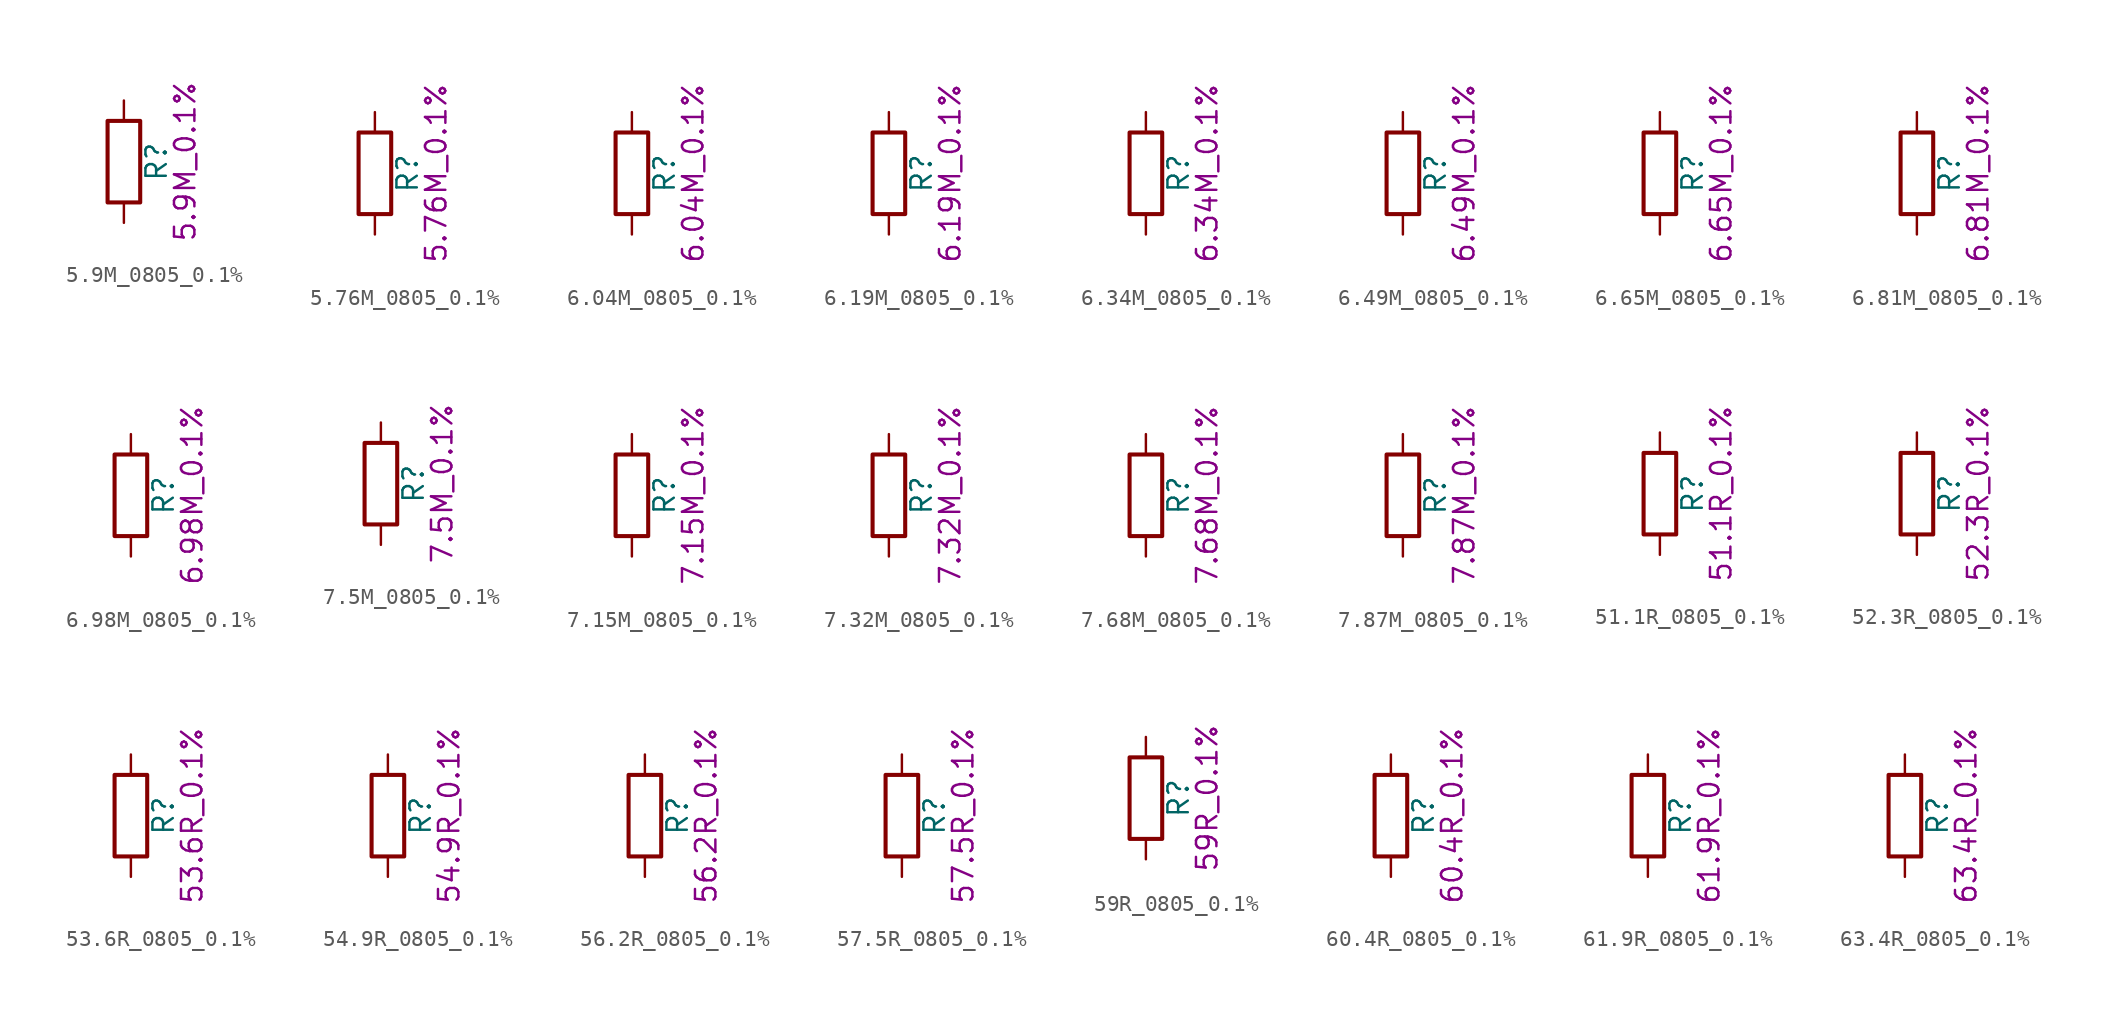
<source format=kicad_sym>
(kicad_symbol_lib
  (version 20211014)
  (generator kicad_symbol_editor)
  (symbol "5.9M_0805_0.1%"
    (pin_numbers hide)
    (pin_names
      (offset 0))
    (property "Reference" "R"
      (at 2.032 0 90)
      (effects (font (size 1.27 1.27))))
    (property "Display" "5.9M_0.1%"
      (at 3.81 0 90)
      (effects (font (size 1.27 1.27))))
    (symbol "5.9M_0805_0.1%_0_1"
      (rectangle (start -1.016 -2.54) (end 1.016 2.54) (stroke (width 0.254) (type default) (color 0 0 0 0)) (fill (type none))))
    (symbol "5.9M_0805_0.1%_1_1"
      (pin passive line (at 0 3.81 270) (length 1.27) (name "~" (effects (font (size 1.27 1.27)))) (number "1" (effects (font (size 1.27 1.27)))))
      (pin passive line (at 0 -3.81 90) (length 1.27) (name "~" (effects (font (size 1.27 1.27)))) (number "2" (effects (font (size 1.27 1.27)))))))
  (symbol "5.76M_0805_0.1%"
    (pin_numbers hide)
    (pin_names
      (offset 0))
    (property "Reference" "R"
      (at 2.032 0 90)
      (effects (font (size 1.27 1.27))))
    (property "Display" "5.76M_0.1%"
      (at 3.81 0 90)
      (effects (font (size 1.27 1.27))))
    (symbol "5.76M_0805_0.1%_0_1"
      (rectangle (start -1.016 -2.54) (end 1.016 2.54) (stroke (width 0.254) (type default) (color 0 0 0 0)) (fill (type none))))
    (symbol "5.76M_0805_0.1%_1_1"
      (pin passive line (at 0 3.81 270) (length 1.27) (name "~" (effects (font (size 1.27 1.27)))) (number "1" (effects (font (size 1.27 1.27)))))
      (pin passive line (at 0 -3.81 90) (length 1.27) (name "~" (effects (font (size 1.27 1.27)))) (number "2" (effects (font (size 1.27 1.27)))))))
  (symbol "6.04M_0805_0.1%"
    (pin_numbers hide)
    (pin_names
      (offset 0))
    (property "Reference" "R"
      (at 2.032 0 90)
      (effects (font (size 1.27 1.27))))
    (property "Display" "6.04M_0.1%"
      (at 3.81 0 90)
      (effects (font (size 1.27 1.27))))
    (symbol "6.04M_0805_0.1%_0_1"
      (rectangle (start -1.016 -2.54) (end 1.016 2.54) (stroke (width 0.254) (type default) (color 0 0 0 0)) (fill (type none))))
    (symbol "6.04M_0805_0.1%_1_1"
      (pin passive line (at 0 3.81 270) (length 1.27) (name "~" (effects (font (size 1.27 1.27)))) (number "1" (effects (font (size 1.27 1.27)))))
      (pin passive line (at 0 -3.81 90) (length 1.27) (name "~" (effects (font (size 1.27 1.27)))) (number "2" (effects (font (size 1.27 1.27)))))))
  (symbol "6.19M_0805_0.1%"
    (pin_numbers hide)
    (pin_names
      (offset 0))
    (property "Reference" "R"
      (at 2.032 0 90)
      (effects (font (size 1.27 1.27))))
    (property "Display" "6.19M_0.1%"
      (at 3.81 0 90)
      (effects (font (size 1.27 1.27))))
    (symbol "6.19M_0805_0.1%_0_1"
      (rectangle (start -1.016 -2.54) (end 1.016 2.54) (stroke (width 0.254) (type default) (color 0 0 0 0)) (fill (type none))))
    (symbol "6.19M_0805_0.1%_1_1"
      (pin passive line (at 0 3.81 270) (length 1.27) (name "~" (effects (font (size 1.27 1.27)))) (number "1" (effects (font (size 1.27 1.27)))))
      (pin passive line (at 0 -3.81 90) (length 1.27) (name "~" (effects (font (size 1.27 1.27)))) (number "2" (effects (font (size 1.27 1.27)))))))
  (symbol "6.34M_0805_0.1%"
    (pin_numbers hide)
    (pin_names
      (offset 0))
    (property "Reference" "R"
      (at 2.032 0 90)
      (effects (font (size 1.27 1.27))))
    (property "Display" "6.34M_0.1%"
      (at 3.81 0 90)
      (effects (font (size 1.27 1.27))))
    (symbol "6.34M_0805_0.1%_0_1"
      (rectangle (start -1.016 -2.54) (end 1.016 2.54) (stroke (width 0.254) (type default) (color 0 0 0 0)) (fill (type none))))
    (symbol "6.34M_0805_0.1%_1_1"
      (pin passive line (at 0 3.81 270) (length 1.27) (name "~" (effects (font (size 1.27 1.27)))) (number "1" (effects (font (size 1.27 1.27)))))
      (pin passive line (at 0 -3.81 90) (length 1.27) (name "~" (effects (font (size 1.27 1.27)))) (number "2" (effects (font (size 1.27 1.27)))))))
  (symbol "6.49M_0805_0.1%"
    (pin_numbers hide)
    (pin_names
      (offset 0))
    (property "Reference" "R"
      (at 2.032 0 90)
      (effects (font (size 1.27 1.27))))
    (property "Display" "6.49M_0.1%"
      (at 3.81 0 90)
      (effects (font (size 1.27 1.27))))
    (symbol "6.49M_0805_0.1%_0_1"
      (rectangle (start -1.016 -2.54) (end 1.016 2.54) (stroke (width 0.254) (type default) (color 0 0 0 0)) (fill (type none))))
    (symbol "6.49M_0805_0.1%_1_1"
      (pin passive line (at 0 3.81 270) (length 1.27) (name "~" (effects (font (size 1.27 1.27)))) (number "1" (effects (font (size 1.27 1.27)))))
      (pin passive line (at 0 -3.81 90) (length 1.27) (name "~" (effects (font (size 1.27 1.27)))) (number "2" (effects (font (size 1.27 1.27)))))))
  (symbol "6.65M_0805_0.1%"
    (pin_numbers hide)
    (pin_names
      (offset 0))
    (property "Reference" "R"
      (at 2.032 0 90)
      (effects (font (size 1.27 1.27))))
    (property "Display" "6.65M_0.1%"
      (at 3.81 0 90)
      (effects (font (size 1.27 1.27))))
    (symbol "6.65M_0805_0.1%_0_1"
      (rectangle (start -1.016 -2.54) (end 1.016 2.54) (stroke (width 0.254) (type default) (color 0 0 0 0)) (fill (type none))))
    (symbol "6.65M_0805_0.1%_1_1"
      (pin passive line (at 0 3.81 270) (length 1.27) (name "~" (effects (font (size 1.27 1.27)))) (number "1" (effects (font (size 1.27 1.27)))))
      (pin passive line (at 0 -3.81 90) (length 1.27) (name "~" (effects (font (size 1.27 1.27)))) (number "2" (effects (font (size 1.27 1.27)))))))
  (symbol "6.81M_0805_0.1%"
    (pin_numbers hide)
    (pin_names
      (offset 0))
    (property "Reference" "R"
      (at 2.032 0 90)
      (effects (font (size 1.27 1.27))))
    (property "Display" "6.81M_0.1%"
      (at 3.81 0 90)
      (effects (font (size 1.27 1.27))))
    (symbol "6.81M_0805_0.1%_0_1"
      (rectangle (start -1.016 -2.54) (end 1.016 2.54) (stroke (width 0.254) (type default) (color 0 0 0 0)) (fill (type none))))
    (symbol "6.81M_0805_0.1%_1_1"
      (pin passive line (at 0 3.81 270) (length 1.27) (name "~" (effects (font (size 1.27 1.27)))) (number "1" (effects (font (size 1.27 1.27)))))
      (pin passive line (at 0 -3.81 90) (length 1.27) (name "~" (effects (font (size 1.27 1.27)))) (number "2" (effects (font (size 1.27 1.27)))))))
  (symbol "6.98M_0805_0.1%"
    (pin_numbers hide)
    (pin_names
      (offset 0))
    (property "Reference" "R"
      (at 2.032 0 90)
      (effects (font (size 1.27 1.27))))
    (property "Display" "6.98M_0.1%"
      (at 3.81 0 90)
      (effects (font (size 1.27 1.27))))
    (symbol "6.98M_0805_0.1%_0_1"
      (rectangle (start -1.016 -2.54) (end 1.016 2.54) (stroke (width 0.254) (type default) (color 0 0 0 0)) (fill (type none))))
    (symbol "6.98M_0805_0.1%_1_1"
      (pin passive line (at 0 3.81 270) (length 1.27) (name "~" (effects (font (size 1.27 1.27)))) (number "1" (effects (font (size 1.27 1.27)))))
      (pin passive line (at 0 -3.81 90) (length 1.27) (name "~" (effects (font (size 1.27 1.27)))) (number "2" (effects (font (size 1.27 1.27)))))))
  (symbol "7.5M_0805_0.1%"
    (pin_numbers hide)
    (pin_names
      (offset 0))
    (property "Reference" "R"
      (at 2.032 0 90)
      (effects (font (size 1.27 1.27))))
    (property "Display" "7.5M_0.1%"
      (at 3.81 0 90)
      (effects (font (size 1.27 1.27))))
    (symbol "7.5M_0805_0.1%_0_1"
      (rectangle (start -1.016 -2.54) (end 1.016 2.54) (stroke (width 0.254) (type default) (color 0 0 0 0)) (fill (type none))))
    (symbol "7.5M_0805_0.1%_1_1"
      (pin passive line (at 0 3.81 270) (length 1.27) (name "~" (effects (font (size 1.27 1.27)))) (number "1" (effects (font (size 1.27 1.27)))))
      (pin passive line (at 0 -3.81 90) (length 1.27) (name "~" (effects (font (size 1.27 1.27)))) (number "2" (effects (font (size 1.27 1.27)))))))
  (symbol "7.15M_0805_0.1%"
    (pin_numbers hide)
    (pin_names
      (offset 0))
    (property "Reference" "R"
      (at 2.032 0 90)
      (effects (font (size 1.27 1.27))))
    (property "Display" "7.15M_0.1%"
      (at 3.81 0 90)
      (effects (font (size 1.27 1.27))))
    (symbol "7.15M_0805_0.1%_0_1"
      (rectangle (start -1.016 -2.54) (end 1.016 2.54) (stroke (width 0.254) (type default) (color 0 0 0 0)) (fill (type none))))
    (symbol "7.15M_0805_0.1%_1_1"
      (pin passive line (at 0 3.81 270) (length 1.27) (name "~" (effects (font (size 1.27 1.27)))) (number "1" (effects (font (size 1.27 1.27)))))
      (pin passive line (at 0 -3.81 90) (length 1.27) (name "~" (effects (font (size 1.27 1.27)))) (number "2" (effects (font (size 1.27 1.27)))))))
  (symbol "7.32M_0805_0.1%"
    (pin_numbers hide)
    (pin_names
      (offset 0))
    (property "Reference" "R"
      (at 2.032 0 90)
      (effects (font (size 1.27 1.27))))
    (property "Display" "7.32M_0.1%"
      (at 3.81 0 90)
      (effects (font (size 1.27 1.27))))
    (symbol "7.32M_0805_0.1%_0_1"
      (rectangle (start -1.016 -2.54) (end 1.016 2.54) (stroke (width 0.254) (type default) (color 0 0 0 0)) (fill (type none))))
    (symbol "7.32M_0805_0.1%_1_1"
      (pin passive line (at 0 3.81 270) (length 1.27) (name "~" (effects (font (size 1.27 1.27)))) (number "1" (effects (font (size 1.27 1.27)))))
      (pin passive line (at 0 -3.81 90) (length 1.27) (name "~" (effects (font (size 1.27 1.27)))) (number "2" (effects (font (size 1.27 1.27)))))))
  (symbol "7.68M_0805_0.1%"
    (pin_numbers hide)
    (pin_names
      (offset 0))
    (property "Reference" "R"
      (at 2.032 0 90)
      (effects (font (size 1.27 1.27))))
    (property "Display" "7.68M_0.1%"
      (at 3.81 0 90)
      (effects (font (size 1.27 1.27))))
    (symbol "7.68M_0805_0.1%_0_1"
      (rectangle (start -1.016 -2.54) (end 1.016 2.54) (stroke (width 0.254) (type default) (color 0 0 0 0)) (fill (type none))))
    (symbol "7.68M_0805_0.1%_1_1"
      (pin passive line (at 0 3.81 270) (length 1.27) (name "~" (effects (font (size 1.27 1.27)))) (number "1" (effects (font (size 1.27 1.27)))))
      (pin passive line (at 0 -3.81 90) (length 1.27) (name "~" (effects (font (size 1.27 1.27)))) (number "2" (effects (font (size 1.27 1.27)))))))
  (symbol "7.87M_0805_0.1%"
    (pin_numbers hide)
    (pin_names
      (offset 0))
    (property "Reference" "R"
      (at 2.032 0 90)
      (effects (font (size 1.27 1.27))))
    (property "Display" "7.87M_0.1%"
      (at 3.81 0 90)
      (effects (font (size 1.27 1.27))))
    (symbol "7.87M_0805_0.1%_0_1"
      (rectangle (start -1.016 -2.54) (end 1.016 2.54) (stroke (width 0.254) (type default) (color 0 0 0 0)) (fill (type none))))
    (symbol "7.87M_0805_0.1%_1_1"
      (pin passive line (at 0 3.81 270) (length 1.27) (name "~" (effects (font (size 1.27 1.27)))) (number "1" (effects (font (size 1.27 1.27)))))
      (pin passive line (at 0 -3.81 90) (length 1.27) (name "~" (effects (font (size 1.27 1.27)))) (number "2" (effects (font (size 1.27 1.27)))))))
  (symbol "51.1R_0805_0.1%"
    (pin_numbers hide)
    (pin_names
      (offset 0))
    (property "Reference" "R"
      (at 2.032 0 90)
      (effects (font (size 1.27 1.27))))
    (property "Display" "51.1R_0.1%"
      (at 3.81 0 90)
      (effects (font (size 1.27 1.27))))
    (symbol "51.1R_0805_0.1%_0_1"
      (rectangle (start -1.016 -2.54) (end 1.016 2.54) (stroke (width 0.254) (type default) (color 0 0 0 0)) (fill (type none))))
    (symbol "51.1R_0805_0.1%_1_1"
      (pin passive line (at 0 3.81 270) (length 1.27) (name "~" (effects (font (size 1.27 1.27)))) (number "1" (effects (font (size 1.27 1.27)))))
      (pin passive line (at 0 -3.81 90) (length 1.27) (name "~" (effects (font (size 1.27 1.27)))) (number "2" (effects (font (size 1.27 1.27)))))))
  (symbol "52.3R_0805_0.1%"
    (pin_numbers hide)
    (pin_names
      (offset 0))
    (property "Reference" "R"
      (at 2.032 0 90)
      (effects (font (size 1.27 1.27))))
    (property "Display" "52.3R_0.1%"
      (at 3.81 0 90)
      (effects (font (size 1.27 1.27))))
    (symbol "52.3R_0805_0.1%_0_1"
      (rectangle (start -1.016 -2.54) (end 1.016 2.54) (stroke (width 0.254) (type default) (color 0 0 0 0)) (fill (type none))))
    (symbol "52.3R_0805_0.1%_1_1"
      (pin passive line (at 0 3.81 270) (length 1.27) (name "~" (effects (font (size 1.27 1.27)))) (number "1" (effects (font (size 1.27 1.27)))))
      (pin passive line (at 0 -3.81 90) (length 1.27) (name "~" (effects (font (size 1.27 1.27)))) (number "2" (effects (font (size 1.27 1.27)))))))
  (symbol "53.6R_0805_0.1%"
    (pin_numbers hide)
    (pin_names
      (offset 0))
    (property "Reference" "R"
      (at 2.032 0 90)
      (effects (font (size 1.27 1.27))))
    (property "Display" "53.6R_0.1%"
      (at 3.81 0 90)
      (effects (font (size 1.27 1.27))))
    (symbol "53.6R_0805_0.1%_0_1"
      (rectangle (start -1.016 -2.54) (end 1.016 2.54) (stroke (width 0.254) (type default) (color 0 0 0 0)) (fill (type none))))
    (symbol "53.6R_0805_0.1%_1_1"
      (pin passive line (at 0 3.81 270) (length 1.27) (name "~" (effects (font (size 1.27 1.27)))) (number "1" (effects (font (size 1.27 1.27)))))
      (pin passive line (at 0 -3.81 90) (length 1.27) (name "~" (effects (font (size 1.27 1.27)))) (number "2" (effects (font (size 1.27 1.27)))))))
  (symbol "54.9R_0805_0.1%"
    (pin_numbers hide)
    (pin_names
      (offset 0))
    (property "Reference" "R"
      (at 2.032 0 90)
      (effects (font (size 1.27 1.27))))
    (property "Display" "54.9R_0.1%"
      (at 3.81 0 90)
      (effects (font (size 1.27 1.27))))
    (symbol "54.9R_0805_0.1%_0_1"
      (rectangle (start -1.016 -2.54) (end 1.016 2.54) (stroke (width 0.254) (type default) (color 0 0 0 0)) (fill (type none))))
    (symbol "54.9R_0805_0.1%_1_1"
      (pin passive line (at 0 3.81 270) (length 1.27) (name "~" (effects (font (size 1.27 1.27)))) (number "1" (effects (font (size 1.27 1.27)))))
      (pin passive line (at 0 -3.81 90) (length 1.27) (name "~" (effects (font (size 1.27 1.27)))) (number "2" (effects (font (size 1.27 1.27)))))))
  (symbol "56.2R_0805_0.1%"
    (pin_numbers hide)
    (pin_names
      (offset 0))
    (property "Reference" "R"
      (at 2.032 0 90)
      (effects (font (size 1.27 1.27))))
    (property "Display" "56.2R_0.1%"
      (at 3.81 0 90)
      (effects (font (size 1.27 1.27))))
    (symbol "56.2R_0805_0.1%_0_1"
      (rectangle (start -1.016 -2.54) (end 1.016 2.54) (stroke (width 0.254) (type default) (color 0 0 0 0)) (fill (type none))))
    (symbol "56.2R_0805_0.1%_1_1"
      (pin passive line (at 0 3.81 270) (length 1.27) (name "~" (effects (font (size 1.27 1.27)))) (number "1" (effects (font (size 1.27 1.27)))))
      (pin passive line (at 0 -3.81 90) (length 1.27) (name "~" (effects (font (size 1.27 1.27)))) (number "2" (effects (font (size 1.27 1.27)))))))
  (symbol "57.5R_0805_0.1%"
    (pin_numbers hide)
    (pin_names
      (offset 0))
    (property "Reference" "R"
      (at 2.032 0 90)
      (effects (font (size 1.27 1.27))))
    (property "Display" "57.5R_0.1%"
      (at 3.81 0 90)
      (effects (font (size 1.27 1.27))))
    (symbol "57.5R_0805_0.1%_0_1"
      (rectangle (start -1.016 -2.54) (end 1.016 2.54) (stroke (width 0.254) (type default) (color 0 0 0 0)) (fill (type none))))
    (symbol "57.5R_0805_0.1%_1_1"
      (pin passive line (at 0 3.81 270) (length 1.27) (name "~" (effects (font (size 1.27 1.27)))) (number "1" (effects (font (size 1.27 1.27)))))
      (pin passive line (at 0 -3.81 90) (length 1.27) (name "~" (effects (font (size 1.27 1.27)))) (number "2" (effects (font (size 1.27 1.27)))))))
  (symbol "59R_0805_0.1%"
    (pin_numbers hide)
    (pin_names
      (offset 0))
    (property "Reference" "R"
      (at 2.032 0 90)
      (effects (font (size 1.27 1.27))))
    (property "Display" "59R_0.1%"
      (at 3.81 0 90)
      (effects (font (size 1.27 1.27))))
    (symbol "59R_0805_0.1%_0_1"
      (rectangle (start -1.016 -2.54) (end 1.016 2.54) (stroke (width 0.254) (type default) (color 0 0 0 0)) (fill (type none))))
    (symbol "59R_0805_0.1%_1_1"
      (pin passive line (at 0 3.81 270) (length 1.27) (name "~" (effects (font (size 1.27 1.27)))) (number "1" (effects (font (size 1.27 1.27)))))
      (pin passive line (at 0 -3.81 90) (length 1.27) (name "~" (effects (font (size 1.27 1.27)))) (number "2" (effects (font (size 1.27 1.27)))))))
  (symbol "60.4R_0805_0.1%"
    (pin_numbers hide)
    (pin_names
      (offset 0))
    (property "Reference" "R"
      (at 2.032 0 90)
      (effects (font (size 1.27 1.27))))
    (property "Display" "60.4R_0.1%"
      (at 3.81 0 90)
      (effects (font (size 1.27 1.27))))
    (symbol "60.4R_0805_0.1%_0_1"
      (rectangle (start -1.016 -2.54) (end 1.016 2.54) (stroke (width 0.254) (type default) (color 0 0 0 0)) (fill (type none))))
    (symbol "60.4R_0805_0.1%_1_1"
      (pin passive line (at 0 3.81 270) (length 1.27) (name "~" (effects (font (size 1.27 1.27)))) (number "1" (effects (font (size 1.27 1.27)))))
      (pin passive line (at 0 -3.81 90) (length 1.27) (name "~" (effects (font (size 1.27 1.27)))) (number "2" (effects (font (size 1.27 1.27)))))))
  (symbol "61.9R_0805_0.1%"
    (pin_numbers hide)
    (pin_names
      (offset 0))
    (property "Reference" "R"
      (at 2.032 0 90)
      (effects (font (size 1.27 1.27))))
    (property "Display" "61.9R_0.1%"
      (at 3.81 0 90)
      (effects (font (size 1.27 1.27))))
    (symbol "61.9R_0805_0.1%_0_1"
      (rectangle (start -1.016 -2.54) (end 1.016 2.54) (stroke (width 0.254) (type default) (color 0 0 0 0)) (fill (type none))))
    (symbol "61.9R_0805_0.1%_1_1"
      (pin passive line (at 0 3.81 270) (length 1.27) (name "~" (effects (font (size 1.27 1.27)))) (number "1" (effects (font (size 1.27 1.27)))))
      (pin passive line (at 0 -3.81 90) (length 1.27) (name "~" (effects (font (size 1.27 1.27)))) (number "2" (effects (font (size 1.27 1.27)))))))
  (symbol "63.4R_0805_0.1%"
    (pin_numbers hide)
    (pin_names
      (offset 0))
    (property "Reference" "R"
      (at 2.032 0 90)
      (effects (font (size 1.27 1.27))))
    (property "Display" "63.4R_0.1%"
      (at 3.81 0 90)
      (effects (font (size 1.27 1.27))))
    (symbol "63.4R_0805_0.1%_0_1"
      (rectangle (start -1.016 -2.54) (end 1.016 2.54) (stroke (width 0.254) (type default) (color 0 0 0 0)) (fill (type none))))
    (symbol "63.4R_0805_0.1%_1_1"
      (pin passive line (at 0 3.81 270) (length 1.27) (name "~" (effects (font (size 1.27 1.27)))) (number "1" (effects (font (size 1.27 1.27)))))
      (pin passive line (at 0 -3.81 90) (length 1.27) (name "~" (effects (font (size 1.27 1.27)))) (number "2" (effects (font (size 1.27 1.27))))))))
</source>
